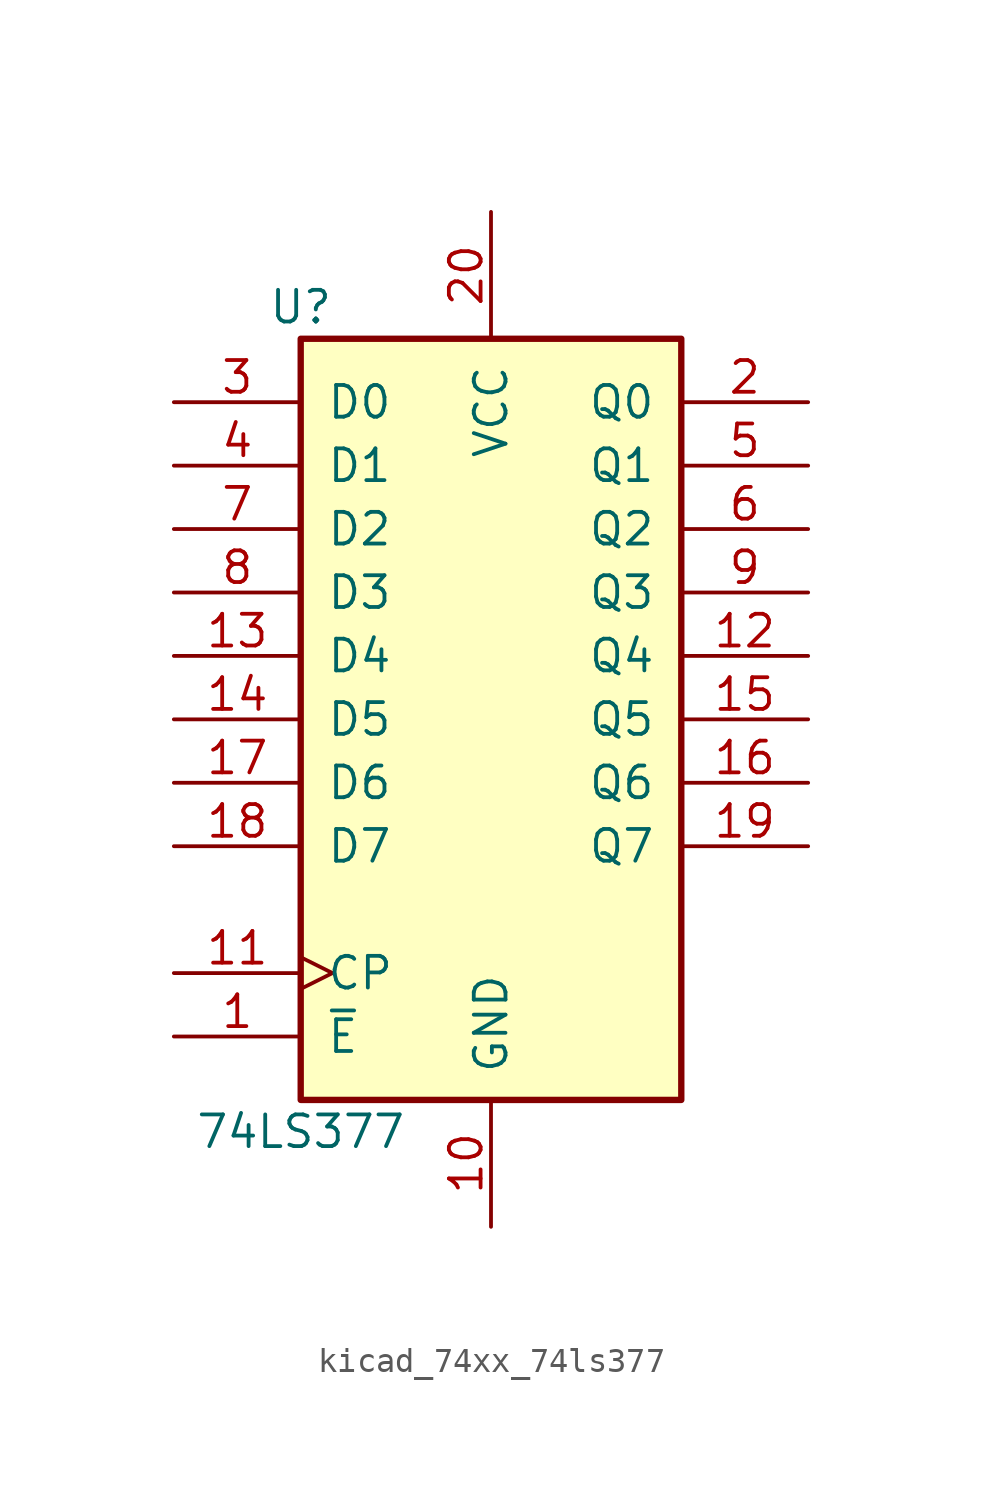
<source format=kicad_sym>
(kicad_symbol_lib
  (version 20220914)
  (generator kicad_symbol_editor)
  (symbol "kicad_74xx_74ls377"
    (pin_names
      (offset 1.016))
    (property "Reference" "U"
      (at -7.62 16.51 0)
      (effects (font (size 1.27 1.27))))
    (property "Value" "74LS377"
      (at -7.62 -16.51 0)
      (effects (font (size 1.27 1.27))))
    (property "ki_locked" ""
      (at 0 0 0)
      (effects (font (size 1.27 1.27))))
    (symbol "kicad_74xx_74ls377_1_0"
      (pin input line (at -12.7 -12.7 0) (length 5.08) (name "~{E}" (effects (font (size 1.27 1.27)))) (number "1" (effects (font (size 1.27 1.27)))))
      (pin power_in line (at 0 -20.32 90) (length 5.08) (name "GND" (effects (font (size 1.27 1.27)))) (number "10" (effects (font (size 1.27 1.27)))))
      (pin input clock (at -12.7 -10.16 0) (length 5.08) (name "CP" (effects (font (size 1.27 1.27)))) (number "11" (effects (font (size 1.27 1.27)))))
      (pin output line (at 12.7 2.54 180) (length 5.08) (name "Q4" (effects (font (size 1.27 1.27)))) (number "12" (effects (font (size 1.27 1.27)))))
      (pin input line (at -12.7 2.54 0) (length 5.08) (name "D4" (effects (font (size 1.27 1.27)))) (number "13" (effects (font (size 1.27 1.27)))))
      (pin input line (at -12.7 0 0) (length 5.08) (name "D5" (effects (font (size 1.27 1.27)))) (number "14" (effects (font (size 1.27 1.27)))))
      (pin output line (at 12.7 0 180) (length 5.08) (name "Q5" (effects (font (size 1.27 1.27)))) (number "15" (effects (font (size 1.27 1.27)))))
      (pin output line (at 12.7 -2.54 180) (length 5.08) (name "Q6" (effects (font (size 1.27 1.27)))) (number "16" (effects (font (size 1.27 1.27)))))
      (pin input line (at -12.7 -2.54 0) (length 5.08) (name "D6" (effects (font (size 1.27 1.27)))) (number "17" (effects (font (size 1.27 1.27)))))
      (pin input line (at -12.7 -5.08 0) (length 5.08) (name "D7" (effects (font (size 1.27 1.27)))) (number "18" (effects (font (size 1.27 1.27)))))
      (pin output line (at 12.7 -5.08 180) (length 5.08) (name "Q7" (effects (font (size 1.27 1.27)))) (number "19" (effects (font (size 1.27 1.27)))))
      (pin output line (at 12.7 12.7 180) (length 5.08) (name "Q0" (effects (font (size 1.27 1.27)))) (number "2" (effects (font (size 1.27 1.27)))))
      (pin power_in line (at 0 20.32 270) (length 5.08) (name "VCC" (effects (font (size 1.27 1.27)))) (number "20" (effects (font (size 1.27 1.27)))))
      (pin input line (at -12.7 12.7 0) (length 5.08) (name "D0" (effects (font (size 1.27 1.27)))) (number "3" (effects (font (size 1.27 1.27)))))
      (pin input line (at -12.7 10.16 0) (length 5.08) (name "D1" (effects (font (size 1.27 1.27)))) (number "4" (effects (font (size 1.27 1.27)))))
      (pin output line (at 12.7 10.16 180) (length 5.08) (name "Q1" (effects (font (size 1.27 1.27)))) (number "5" (effects (font (size 1.27 1.27)))))
      (pin output line (at 12.7 7.62 180) (length 5.08) (name "Q2" (effects (font (size 1.27 1.27)))) (number "6" (effects (font (size 1.27 1.27)))))
      (pin input line (at -12.7 7.62 0) (length 5.08) (name "D2" (effects (font (size 1.27 1.27)))) (number "7" (effects (font (size 1.27 1.27)))))
      (pin input line (at -12.7 5.08 0) (length 5.08) (name "D3" (effects (font (size 1.27 1.27)))) (number "8" (effects (font (size 1.27 1.27)))))
      (pin output line (at 12.7 5.08 180) (length 5.08) (name "Q3" (effects (font (size 1.27 1.27)))) (number "9" (effects (font (size 1.27 1.27))))))
    (symbol "kicad_74xx_74ls377_1_1"
      (rectangle (start -7.62 15.24) (end 7.62 -15.24) (stroke (width 0.254) (type default)) (fill (type background))))))
</source>
